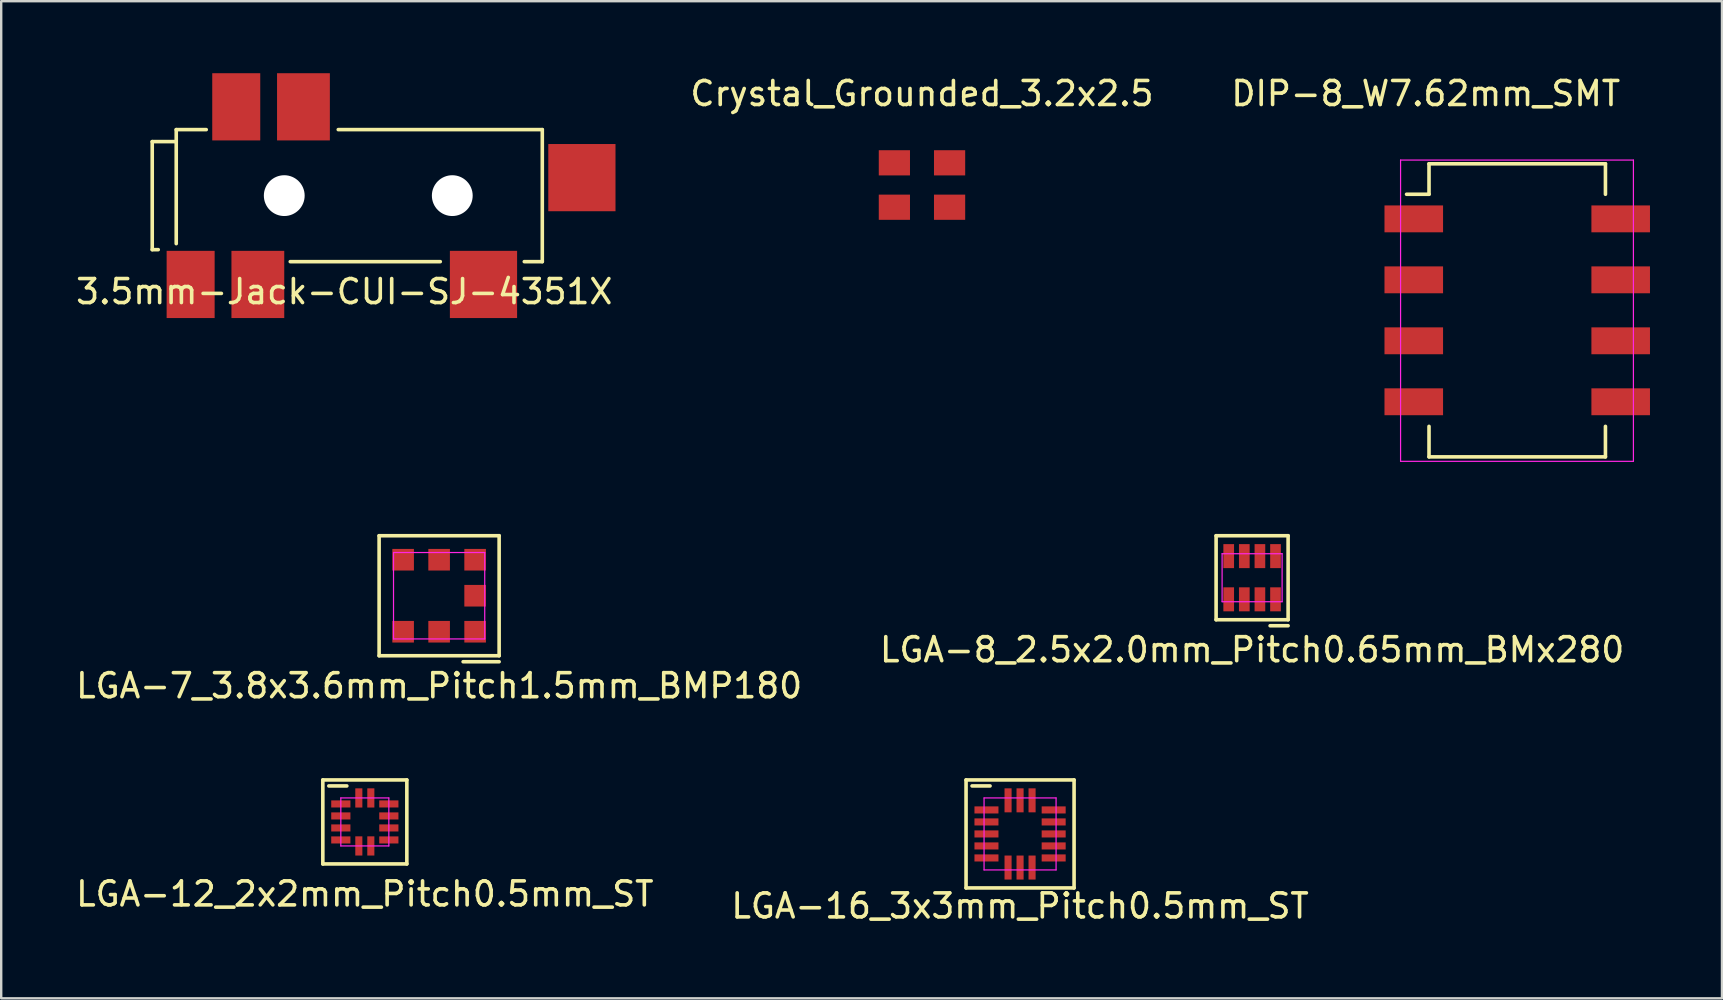
<source format=kicad_pcb>
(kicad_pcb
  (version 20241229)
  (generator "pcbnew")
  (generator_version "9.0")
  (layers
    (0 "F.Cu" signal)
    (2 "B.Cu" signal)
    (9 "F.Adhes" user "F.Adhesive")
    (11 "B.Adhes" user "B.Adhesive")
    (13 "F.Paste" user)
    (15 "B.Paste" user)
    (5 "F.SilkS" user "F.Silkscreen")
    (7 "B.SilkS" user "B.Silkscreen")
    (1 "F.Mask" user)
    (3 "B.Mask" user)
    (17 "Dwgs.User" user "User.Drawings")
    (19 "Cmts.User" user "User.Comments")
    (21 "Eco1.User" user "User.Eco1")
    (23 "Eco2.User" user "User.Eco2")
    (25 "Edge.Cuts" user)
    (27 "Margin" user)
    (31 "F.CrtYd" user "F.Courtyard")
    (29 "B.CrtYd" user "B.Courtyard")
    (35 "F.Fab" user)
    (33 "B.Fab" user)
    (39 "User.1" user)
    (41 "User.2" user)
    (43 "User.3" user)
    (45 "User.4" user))
  (footprint "LGA-8_2.5x2.0mm_Pitch0.65mm_BMx280"
    (layer "F.Cu")
    (at 49.113 21.018)
    (property "Reference" "LGA-8_2.5x2.0mm_Pitch0.65mm_BMx280" (at 0 3 0) (layer "F.SilkS") (effects (font (size 1 1) (thickness 0.15))))
    (attr through_hole)
    (fp_line (start -1.5 -1.75) (end -1.5 1.75) (stroke (width 0.15) (type solid)) (layer "F.SilkS"))
    (fp_line (start -1.5 1.75) (end 1.5 1.75) (stroke (width 0.15) (type solid)) (layer "F.SilkS"))
    (fp_line (start 0.75 2) (end 1.5 2) (stroke (width 0.15) (type solid)) (layer "F.SilkS"))
    (fp_line (start 1.5 -1.75) (end -1.5 -1.75) (stroke (width 0.15) (type solid)) (layer "F.SilkS"))
    (fp_line (start 1.5 1.75) (end 1.5 -1.75) (stroke (width 0.15) (type solid)) (layer "F.SilkS"))
    (fp_line (start -1.25 -1) (end 1.25 -1) (stroke (width 0.05) (type solid)) (layer "F.CrtYd"))
    (fp_line (start -1.25 1) (end -1.25 -1) (stroke (width 0.05) (type solid)) (layer "F.CrtYd"))
    (fp_line (start 1.25 -1) (end 1.25 1) (stroke (width 0.05) (type solid)) (layer "F.CrtYd"))
    (fp_line (start 1.25 1) (end -1.25 1) (stroke (width 0.05) (type solid)) (layer "F.CrtYd"))
    (pad "1" smd rect (at 0.975 0.9) (size 0.445 1) (layers "F.Cu" "F.Mask" "F.Paste"))
    (pad "2" smd rect (at 0.325 0.9) (size 0.445 1) (layers "F.Cu" "F.Mask" "F.Paste"))
    (pad "3" smd rect (at -0.325 0.9) (size 0.445 1) (layers "F.Cu" "F.Mask" "F.Paste"))
    (pad "4" smd rect (at -0.975 0.9) (size 0.445 1) (layers "F.Cu" "F.Mask" "F.Paste"))
    (pad "5" smd rect (at -0.975 -0.9) (size 0.445 1) (layers "F.Cu" "F.Mask" "F.Paste"))
    (pad "6" smd rect (at -0.325 -0.9) (size 0.445 1) (layers "F.Cu" "F.Mask" "F.Paste"))
    (pad "7" smd rect (at 0.325 -0.9) (size 0.445 1) (layers "F.Cu" "F.Mask" "F.Paste"))
    (pad "8" smd rect (at 0.975 -0.9) (size 0.445 1) (layers "F.Cu" "F.Mask" "F.Paste")))
  (footprint "Crystal_Grounded_3.2x2.5"
    (layer "F.Cu")
    (at 35.36 4.658)
    (property "Reference" "Crystal_Grounded_3.2x2.5" (at 0 -3.81 0) (layer "F.SilkS") (effects (font (size 1 1) (thickness 0.15))))
    (attr through_hole)
    (pad "1" smd rect (at -1.15 0.925) (size 1.3 1.05) (layers "F.Cu" "F.Mask" "F.Paste"))
    (pad "2" smd rect (at 1.15 -0.925) (size 1.3 1.05) (layers "F.Cu" "F.Mask" "F.Paste"))
    (pad "3" smd rect (at -1.15 -0.925) (size 1.3 1.05) (layers "F.Cu" "F.Mask" "F.Paste"))
    (pad "3" smd rect (at 1.15 0.925) (size 1.3 1.05) (layers "F.Cu" "F.Mask" "F.Paste")))
  (footprint "LGA-7_3.8x3.6mm_Pitch1.5mm_BMP180"
    (layer "F.Cu")
    (at 15.244 21.768)
    (property "Reference" "LGA-7_3.8x3.6mm_Pitch1.5mm_BMP180" (at 0 3.75 0) (layer "F.SilkS") (effects (font (size 1 1) (thickness 0.15))))
    (attr through_hole)
    (fp_line (start -2.5 -2.5) (end 2.5 -2.5) (stroke (width 0.15) (type solid)) (layer "F.SilkS"))
    (fp_line (start -2.5 2.5) (end -2.5 -2.5) (stroke (width 0.15) (type solid)) (layer "F.SilkS"))
    (fp_line (start 1 2.75) (end 2.5 2.75) (stroke (width 0.15) (type solid)) (layer "F.SilkS"))
    (fp_line (start 2.5 -2.5) (end 2.5 2.5) (stroke (width 0.15) (type solid)) (layer "F.SilkS"))
    (fp_line (start 2.5 2.5) (end -2.5 2.5) (stroke (width 0.15) (type solid)) (layer "F.SilkS"))
    (fp_line (start -1.9 -1.8) (end 1.9 -1.8) (stroke (width 0.05) (type solid)) (layer "F.CrtYd"))
    (fp_line (start -1.9 1.8) (end -1.9 -1.8) (stroke (width 0.05) (type solid)) (layer "F.CrtYd"))
    (fp_line (start 1.9 -1.8) (end 1.9 1.8) (stroke (width 0.05) (type solid)) (layer "F.CrtYd"))
    (fp_line (start 1.9 1.8) (end -1.9 1.8) (stroke (width 0.05) (type solid)) (layer "F.CrtYd"))
    (pad "1" smd rect (at 1.5 1.5) (size 0.9 0.9) (layers "F.Cu" "F.Mask" "F.Paste"))
    (pad "2" smd rect (at 0 1.5) (size 0.9 0.9) (layers "F.Cu" "F.Mask" "F.Paste"))
    (pad "3" smd rect (at -1.5 1.5) (size 0.9 0.9) (layers "F.Cu" "F.Mask" "F.Paste"))
    (pad "4" smd rect (at -1.5 -1.5) (size 0.9 0.9) (layers "F.Cu" "F.Mask" "F.Paste"))
    (pad "5" smd rect (at 0 -1.5) (size 0.9 0.9) (layers "F.Cu" "F.Mask" "F.Paste"))
    (pad "6" smd rect (at 1.5 -1.5) (size 0.9 0.9) (layers "F.Cu" "F.Mask" "F.Paste"))
    (pad "7" smd rect (at 1.5 0) (size 0.9 0.9) (layers "F.Cu" "F.Mask" "F.Paste")))
  (footprint "DIP-8_W7.62mm_SMT"
    (layer "F.Cu")
    (at 56.348 6.068)
    (property "Reference" "DIP-8_W7.62mm_SMT" (at 0 -5.22 0) (layer "F.SilkS") (effects (font (size 1 1) (thickness 0.15))))
    (attr through_hole)
    (fp_line (start 0.135 -2.295) (end 0.135 -1.025) (stroke (width 0.15) (type solid)) (layer "F.SilkS"))
    (fp_line (start 0.135 -2.295) (end 7.485 -2.295) (stroke (width 0.15) (type solid)) (layer "F.SilkS"))
    (fp_line (start 0.135 -1.025) (end -0.8 -1.025) (stroke (width 0.15) (type solid)) (layer "F.SilkS"))
    (fp_line (start 0.135 9.915) (end 0.135 8.645) (stroke (width 0.15) (type solid)) (layer "F.SilkS"))
    (fp_line (start 0.135 9.915) (end 7.485 9.915) (stroke (width 0.15) (type solid)) (layer "F.SilkS"))
    (fp_line (start 7.485 -2.295) (end 7.485 -1.025) (stroke (width 0.15) (type solid)) (layer "F.SilkS"))
    (fp_line (start 7.485 9.915) (end 7.485 8.645) (stroke (width 0.15) (type solid)) (layer "F.SilkS"))
    (fp_line (start -1.05 -2.45) (end -1.05 10.1) (stroke (width 0.05) (type solid)) (layer "F.CrtYd"))
    (fp_line (start -1.05 -2.45) (end 8.65 -2.45) (stroke (width 0.05) (type solid)) (layer "F.CrtYd"))
    (fp_line (start -1.05 10.1) (end 8.65 10.1) (stroke (width 0.05) (type solid)) (layer "F.CrtYd"))
    (fp_line (start 8.65 -2.45) (end 8.65 10.1) (stroke (width 0.05) (type solid)) (layer "F.CrtYd"))
    (pad "1" smd rect (at -0.5 0) (size 2.44 1.12) (layers "F.Cu" "F.Mask" "F.Paste"))
    (pad "2" smd rect (at -0.5 2.54) (size 2.44 1.12) (layers "F.Cu" "F.Mask" "F.Paste"))
    (pad "3" smd rect (at -0.5 5.08) (size 2.44 1.12) (layers "F.Cu" "F.Mask" "F.Paste"))
    (pad "4" smd rect (at -0.5 7.62) (size 2.44 1.12) (layers "F.Cu" "F.Mask" "F.Paste"))
    (pad "5" smd rect (at 8.12 7.62) (size 2.44 1.12) (layers "F.Cu" "F.Mask" "F.Paste"))
    (pad "6" smd rect (at 8.12 5.08) (size 2.44 1.12) (layers "F.Cu" "F.Mask" "F.Paste"))
    (pad "7" smd rect (at 8.12 2.54) (size 2.44 1.12) (layers "F.Cu" "F.Mask" "F.Paste"))
    (pad "8" smd rect (at 8.12 0) (size 2.44 1.12) (layers "F.Cu" "F.Mask" "F.Paste")))
  (footprint "LGA-16_3x3mm_Pitch0.5mm_ST"
    (layer "F.Cu")
    (at 39.446 31.692)
    (property "Reference" "LGA-16_3x3mm_Pitch0.5mm_ST" (at 0 3 0) (layer "F.SilkS") (effects (font (size 1 1) (thickness 0.15))))
    (attr through_hole)
    (fp_line (start -2.25 -2.25) (end -2.25 2.25) (stroke (width 0.15) (type solid)) (layer "F.SilkS"))
    (fp_line (start -2.25 2.25) (end 2.25 2.25) (stroke (width 0.15) (type solid)) (layer "F.SilkS"))
    (fp_line (start -2 -2) (end -1.25 -2) (stroke (width 0.15) (type solid)) (layer "F.SilkS"))
    (fp_line (start 2.25 -2.25) (end -2.25 -2.25) (stroke (width 0.15) (type solid)) (layer "F.SilkS"))
    (fp_line (start 2.25 2.25) (end 2.25 -2.25) (stroke (width 0.15) (type solid)) (layer "F.SilkS"))
    (fp_line (start -1.5 -1.5) (end -1.5 1.5) (stroke (width 0.05) (type solid)) (layer "F.CrtYd"))
    (fp_line (start -1.5 1.5) (end 1.5 1.5) (stroke (width 0.05) (type solid)) (layer "F.CrtYd"))
    (fp_line (start 1.5 -1.5) (end -1.5 -1.5) (stroke (width 0.05) (type solid)) (layer "F.CrtYd"))
    (fp_line (start 1.5 1.5) (end 1.5 -1.5) (stroke (width 0.05) (type solid)) (layer "F.CrtYd"))
    (pad "1" smd rect (at -1.4 -1) (size 1 0.295) (layers "F.Cu" "F.Mask" "F.Paste"))
    (pad "2" smd rect (at -1.4 -0.5) (size 1 0.295) (layers "F.Cu" "F.Mask" "F.Paste"))
    (pad "3" smd rect (at -1.4 0) (size 1 0.295) (layers "F.Cu" "F.Mask" "F.Paste"))
    (pad "4" smd rect (at -1.4 0.5) (size 1 0.295) (layers "F.Cu" "F.Mask" "F.Paste"))
    (pad "5" smd rect (at -1.4 1) (size 1 0.295) (layers "F.Cu" "F.Mask" "F.Paste"))
    (pad "6" smd rect (at -0.5 1.4 90) (size 1 0.295) (layers "F.Cu" "F.Mask" "F.Paste"))
    (pad "7" smd rect (at 0 1.4 90) (size 1 0.295) (layers "F.Cu" "F.Mask" "F.Paste"))
    (pad "8" smd rect (at 0.5 1.4 90) (size 1 0.295) (layers "F.Cu" "F.Mask" "F.Paste"))
    (pad "9" smd rect (at 1.4 1) (size 1 0.295) (layers "F.Cu" "F.Mask" "F.Paste"))
    (pad "10" smd rect (at 1.4 0.5) (size 1 0.295) (layers "F.Cu" "F.Mask" "F.Paste"))
    (pad "11" smd rect (at 1.4 0) (size 1 0.295) (layers "F.Cu" "F.Mask" "F.Paste"))
    (pad "12" smd rect (at 1.4 -0.5) (size 1 0.295) (layers "F.Cu" "F.Mask" "F.Paste"))
    (pad "13" smd rect (at 1.4 -1) (size 1 0.295) (layers "F.Cu" "F.Mask" "F.Paste"))
    (pad "14" smd rect (at 0.5 -1.4 270) (size 1 0.295) (layers "F.Cu" "F.Mask" "F.Paste"))
    (pad "15" smd rect (at 0 -1.4 270) (size 1 0.295) (layers "F.Cu" "F.Mask" "F.Paste"))
    (pad "16" smd rect (at -0.5 -1.4 270) (size 1 0.295) (layers "F.Cu" "F.Mask" "F.Paste")))
  (footprint "LGA-12_2x2mm_Pitch0.5mm_ST"
    (layer "F.Cu")
    (at 12.149 31.192)
    (property "Reference" "LGA-12_2x2mm_Pitch0.5mm_ST" (at 0 3 0) (layer "F.SilkS") (effects (font (size 1 1) (thickness 0.15))))
    (attr through_hole)
    (fp_line (start -1.75 -1.75) (end -1.75 1.75) (stroke (width 0.15) (type solid)) (layer "F.SilkS"))
    (fp_line (start -1.75 1.75) (end 1.75 1.75) (stroke (width 0.15) (type solid)) (layer "F.SilkS"))
    (fp_line (start -0.75 -1.5) (end -1.5 -1.5) (stroke (width 0.15) (type solid)) (layer "F.SilkS"))
    (fp_line (start 1.75 -1.75) (end -1.75 -1.75) (stroke (width 0.15) (type solid)) (layer "F.SilkS"))
    (fp_line (start 1.75 1.75) (end 1.75 -1.75) (stroke (width 0.15) (type solid)) (layer "F.SilkS"))
    (fp_line (start -1 -1) (end -1 1) (stroke (width 0.05) (type solid)) (layer "F.CrtYd"))
    (fp_line (start -1 1) (end 1 1) (stroke (width 0.05) (type solid)) (layer "F.CrtYd"))
    (fp_line (start 1 -1) (end -1 -1) (stroke (width 0.05) (type solid)) (layer "F.CrtYd"))
    (fp_line (start 1 1) (end 1 -1) (stroke (width 0.05) (type solid)) (layer "F.CrtYd"))
    (pad "1" smd rect (at -1 -0.75) (size 0.8 0.295) (layers "F.Cu" "F.Mask" "F.Paste"))
    (pad "2" smd rect (at -1 -0.25) (size 0.8 0.295) (layers "F.Cu" "F.Mask" "F.Paste"))
    (pad "3" smd rect (at -1 0.25) (size 0.8 0.295) (layers "F.Cu" "F.Mask" "F.Paste"))
    (pad "4" smd rect (at -1 0.75) (size 0.8 0.295) (layers "F.Cu" "F.Mask" "F.Paste"))
    (pad "5" smd rect (at -0.25 1 90) (size 0.8 0.295) (layers "F.Cu" "F.Mask" "F.Paste"))
    (pad "6" smd rect (at 0.25 1 90) (size 0.8 0.295) (layers "F.Cu" "F.Mask" "F.Paste"))
    (pad "7" smd rect (at 1 0.75) (size 0.8 0.295) (layers "F.Cu" "F.Mask" "F.Paste"))
    (pad "8" smd rect (at 1 0.25) (size 0.8 0.295) (layers "F.Cu" "F.Mask" "F.Paste"))
    (pad "9" smd rect (at 1 -0.25) (size 0.8 0.295) (layers "F.Cu" "F.Mask" "F.Paste"))
    (pad "10" smd rect (at 1 -0.75) (size 0.8 0.295) (layers "F.Cu" "F.Mask" "F.Paste"))
    (pad "11" smd rect (at 0.25 -1 270) (size 0.8 0.295) (layers "F.Cu" "F.Mask" "F.Paste"))
    (pad "12" smd rect (at -0.25 -1 270) (size 0.8 0.295) (layers "F.Cu" "F.Mask" "F.Paste")))
  (footprint "3.5mm-Jack-CUI-SJ-4351X"
    (layer "F.Cu")
    (at 4.292 5.1)
    (property "Reference" "3.5mm-Jack-CUI-SJ-4351X" (at 7 4 0) (layer "F.SilkS") (effects (font (size 1 1) (thickness 0.15))))
    (attr through_hole)
    (fp_line (start -1 -2.25) (end -1 2.25) (stroke (width 0.15) (type solid)) (layer "F.SilkS"))
    (fp_line (start -1 2.25) (end -0.75 2.25) (stroke (width 0.15) (type solid)) (layer "F.SilkS"))
    (fp_line (start 0 -2.75) (end 0 2) (stroke (width 0.15) (type solid)) (layer "F.SilkS"))
    (fp_line (start 0 -2.25) (end -1 -2.25) (stroke (width 0.15) (type solid)) (layer "F.SilkS"))
    (fp_line (start 1.25 -2.75) (end 0 -2.75) (stroke (width 0.15) (type solid)) (layer "F.SilkS"))
    (fp_line (start 4.75 2.75) (end 11 2.75) (stroke (width 0.15) (type solid)) (layer "F.SilkS"))
    (fp_line (start 6.75 -2.75) (end 15.25 -2.75) (stroke (width 0.15) (type solid)) (layer "F.SilkS"))
    (fp_line (start 15.25 -2.75) (end 15.25 2.75) (stroke (width 0.15) (type solid)) (layer "F.SilkS"))
    (fp_line (start 15.25 2.75) (end 14.5 2.75) (stroke (width 0.15) (type solid)) (layer "F.SilkS"))
    (pad "" np_thru_hole circle (at 4.5 0) (size 1.7 1.7) (drill 1.7) (layers "*.Cu"))
    (pad "" np_thru_hole circle (at 11.5 0) (size 1.7 1.7) (drill 1.7) (layers "*.Cu"))
    (pad "1" smd rect (at 0.6 3.7) (size 2 2.8) (layers "F.Cu" "F.Mask" "F.Paste"))
    (pad "2" smd rect (at 12.8 3.7) (size 2.8 2.8) (layers "F.Cu" "F.Mask" "F.Paste"))
    (pad "3" smd rect (at 5.3 -3.7) (size 2.2 2.8) (layers "F.Cu" "F.Mask" "F.Paste"))
    (pad "4" smd rect (at 3.4 3.7) (size 2.2 2.8) (layers "F.Cu" "F.Mask" "F.Paste"))
    (pad "5" smd rect (at 16.9 -0.75) (size 2.8 2.8) (layers "F.Cu" "F.Mask" "F.Paste"))
    (pad "6" smd rect (at 2.5 -3.7) (size 2 2.8) (layers "F.Cu" "F.Mask" "F.Paste")))
  (gr_rect
    (start -3 -3)
    (end 68.688 38.54)
    (stroke (width 0.1) (type default))
    (fill no)
    (layer "Edge.Cuts")))
</source>
